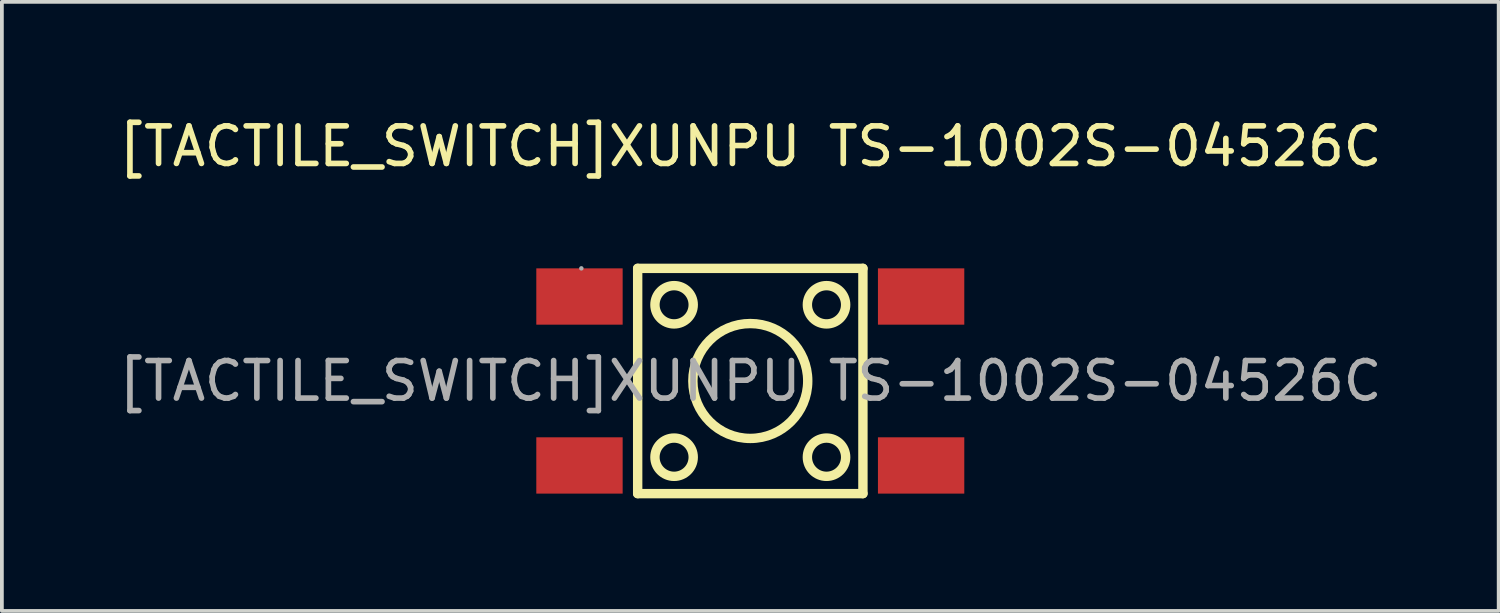
<source format=kicad_pcb>
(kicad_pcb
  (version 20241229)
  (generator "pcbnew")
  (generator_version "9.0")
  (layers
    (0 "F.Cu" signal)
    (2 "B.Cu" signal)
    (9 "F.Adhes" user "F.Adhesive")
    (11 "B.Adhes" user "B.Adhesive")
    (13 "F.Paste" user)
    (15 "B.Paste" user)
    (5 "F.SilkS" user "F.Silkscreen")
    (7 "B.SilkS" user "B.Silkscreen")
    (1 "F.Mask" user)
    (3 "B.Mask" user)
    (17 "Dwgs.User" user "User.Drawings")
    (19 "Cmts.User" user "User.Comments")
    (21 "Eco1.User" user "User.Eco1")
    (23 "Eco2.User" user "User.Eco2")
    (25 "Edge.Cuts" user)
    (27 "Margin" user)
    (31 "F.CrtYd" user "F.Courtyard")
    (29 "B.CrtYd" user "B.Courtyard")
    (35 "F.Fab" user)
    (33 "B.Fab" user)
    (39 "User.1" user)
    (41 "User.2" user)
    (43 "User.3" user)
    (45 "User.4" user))
  (footprint "[TACTILE_SWITCH]XUNPU TS-1002S-04526C"
    (layer "F.Cu")
    (at 16.935 7.098)
    (property "Reference" "[TACTILE_SWITCH]XUNPU TS-1002S-04526C" (at 0 -6.25 0) (layer "F.SilkS") (effects (font (size 1 1) (thickness 0.15))))
    (attr smd)
    (fp_line (start -3 -3) (end 3 -3) (stroke (width 0.25) (type solid)) (layer "F.SilkS"))
    (fp_line (start -3 3) (end -3 -3) (stroke (width 0.25) (type solid)) (layer "F.SilkS"))
    (fp_line (start 3 -3) (end 3 3) (stroke (width 0.25) (type solid)) (layer "F.SilkS"))
    (fp_line (start 3 3) (end -3 3) (stroke (width 0.25) (type solid)) (layer "F.SilkS"))
    (fp_circle (center -2.03 -2.03) (end -1.52 -2.03) (stroke (width 0.25) (type solid)) (fill no) (layer "F.SilkS"))
    (fp_circle (center -2.03 2.03) (end -1.52 2.03) (stroke (width 0.25) (type solid)) (fill no) (layer "F.SilkS"))
    (fp_circle (center 0 0) (end 1.53 0) (stroke (width 0.25) (type solid)) (fill no) (layer "F.SilkS"))
    (fp_circle (center 2.03 -2.03) (end 2.54 -2.03) (stroke (width 0.25) (type solid)) (fill no) (layer "F.SilkS"))
    (fp_circle (center 2.03 2.03) (end 2.54 2.03) (stroke (width 0.25) (type solid)) (fill no) (layer "F.SilkS"))
    (fp_circle (center -4.5 -3) (end -4.47 -3) (stroke (width 0.06) (type solid)) (fill no) (layer "F.Fab"))
    (fp_text user "${REFERENCE}" (at 0 0 0) (layer "F.Fab") (effects (font (size 1 1) (thickness 0.15))))
    (pad "1" smd rect (at -4.55 -2.25) (size 2.3 1.5) (layers "F.Cu" "F.Mask" "F.Paste"))
    (pad "2" smd rect (at 4.55 -2.25) (size 2.3 1.5) (layers "F.Cu" "F.Mask" "F.Paste"))
    (pad "3" smd rect (at -4.55 2.25) (size 2.3 1.5) (layers "F.Cu" "F.Mask" "F.Paste"))
    (pad "4" smd rect (at 4.55 2.25) (size 2.3 1.5) (layers "F.Cu" "F.Mask" "F.Paste")))
  (gr_rect
    (start -3 -3)
    (end 36.869 13.223)
    (stroke (width 0.1) (type default))
    (fill no)
    (layer "Edge.Cuts")))
</source>
